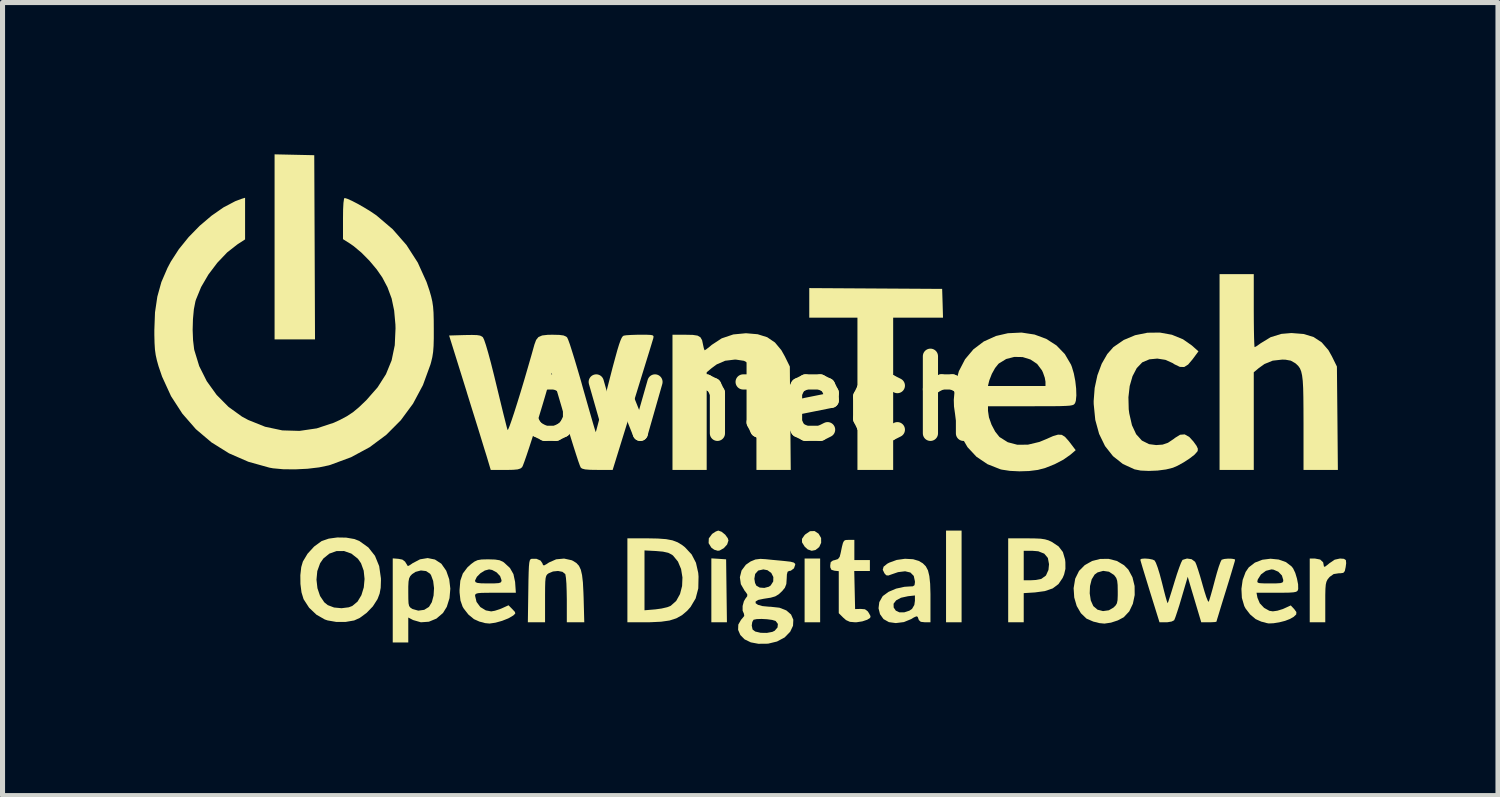
<source format=kicad_pcb>
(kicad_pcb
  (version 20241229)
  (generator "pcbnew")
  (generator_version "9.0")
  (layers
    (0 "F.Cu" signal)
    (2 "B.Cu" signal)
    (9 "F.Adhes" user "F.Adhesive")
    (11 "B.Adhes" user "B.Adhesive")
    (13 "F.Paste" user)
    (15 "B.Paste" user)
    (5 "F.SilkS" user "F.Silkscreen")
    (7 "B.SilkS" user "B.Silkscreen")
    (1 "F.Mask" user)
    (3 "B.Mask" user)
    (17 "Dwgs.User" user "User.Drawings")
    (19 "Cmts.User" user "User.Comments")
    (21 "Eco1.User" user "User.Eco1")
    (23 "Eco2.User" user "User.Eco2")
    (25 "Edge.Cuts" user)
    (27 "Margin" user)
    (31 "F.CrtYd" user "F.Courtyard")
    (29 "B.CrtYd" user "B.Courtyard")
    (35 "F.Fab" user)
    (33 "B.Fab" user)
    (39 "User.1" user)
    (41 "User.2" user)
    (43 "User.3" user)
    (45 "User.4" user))
  (footprint "owntech"
    (layer "F.Cu")
    (at 11.744 4.824)
    (property "Reference" "owntech" (at 0 0 0) (layer "F.SilkS") (effects (font (size 1.524 1.524) (thickness 0.3))))
    (attr board_only exclude_from_pos_files exclude_from_bom)
    (fp_poly (pts (xy 1.413 4.423) (xy 1.106 4.423) (xy 1.106 3.163) (xy 1.413 3.163)) (stroke (width 0) (type solid)) (fill yes) (layer "F.SilkS"))
    (fp_poly (pts (xy 4.208 4.423) (xy 3.901 4.423) (xy 3.901 2.611) (xy 4.208 2.611)) (stroke (width 0) (type solid)) (fill yes) (layer "F.SilkS"))
    (fp_poly (pts (xy -8.584 -4.807) (xy -8.576 -2.987) (xy -8.569 -1.167) (xy -9.368 -1.167) (xy -9.368 -4.824)) (stroke (width 0) (type solid)) (fill yes) (layer "F.SilkS"))
    (fp_poly (pts (xy -0.591 3.169) (xy -0.445 3.179) (xy -0.437 3.801) (xy -0.429 4.423) (xy -0.737 4.423) (xy -0.737 3.16)) (stroke (width 0) (type solid)) (fill yes) (layer "F.SilkS"))
    (fp_poly (pts (xy 2.511 -2.173) (xy 3.824 -2.165) (xy 3.833 -1.881) (xy 3.841 -1.597) (xy 2.856 -1.597) (xy 2.856 1.413) (xy 2.15 1.413) (xy 2.15 -1.597) (xy 1.198 -1.597) (xy 1.198 -2.181)) (stroke (width 0) (type solid)) (fill yes) (layer "F.SilkS"))
    (fp_poly (pts (xy 1.382 2.672) (xy 1.432 2.758) (xy 1.433 2.852) (xy 1.394 2.937) (xy 1.321 2.995) (xy 1.246 3.01) (xy 1.169 2.984) (xy 1.108 2.929) (xy 1.055 2.844) (xy 1.054 2.775) (xy 1.105 2.701) (xy 1.12 2.686) (xy 1.213 2.623) (xy 1.303 2.62)) (stroke (width 0) (type solid)) (fill yes) (layer "F.SilkS"))
    (fp_poly (pts (xy -0.533 2.635) (xy -0.463 2.692) (xy -0.412 2.762) (xy -0.399 2.807) (xy -0.425 2.886) (xy -0.49 2.958) (xy -0.571 3.004) (xy -0.609 3.01) (xy -0.68 2.989) (xy -0.737 2.948) (xy -0.791 2.859) (xy -0.787 2.765) (xy -0.725 2.681) (xy -0.718 2.674) (xy -0.651 2.63) (xy -0.601 2.611) (xy -0.599 2.611)) (stroke (width 0) (type solid)) (fill yes) (layer "F.SilkS"))
    (fp_poly (pts (xy 11.294 3.183) (xy 11.353 3.238) (xy 11.364 3.296) (xy 11.37 3.326) (xy 11.395 3.321) (xy 11.45 3.279) (xy 11.473 3.259) (xy 11.581 3.186) (xy 11.686 3.163) (xy 11.764 3.169) (xy 11.802 3.194) (xy 11.808 3.255) (xy 11.798 3.332) (xy 11.781 3.411) (xy 11.752 3.446) (xy 11.692 3.455) (xy 11.66 3.455) (xy 11.561 3.47) (xy 11.486 3.523) (xy 11.469 3.541) (xy 11.438 3.58) (xy 11.418 3.622) (xy 11.405 3.678) (xy 11.398 3.761) (xy 11.395 3.883) (xy 11.395 4.025) (xy 11.395 4.423) (xy 11.088 4.423) (xy 11.088 3.163) (xy 11.189 3.163)) (stroke (width 0) (type solid)) (fill yes) (layer "F.SilkS"))
    (fp_poly (pts (xy 5.654 2.766) (xy 5.771 2.771) (xy 5.856 2.784) (xy 5.925 2.804) (xy 5.988 2.833) (xy 6.125 2.924) (xy 6.21 3.035) (xy 6.253 3.182) (xy 6.259 3.237) (xy 6.26 3.368) (xy 6.234 3.479) (xy 6.205 3.547) (xy 6.123 3.668) (xy 6.008 3.754) (xy 5.852 3.807) (xy 5.659 3.833) (xy 5.436 3.847) (xy 5.436 4.423) (xy 5.129 4.423) (xy 5.129 3.593) (xy 5.436 3.593) (xy 5.572 3.593) (xy 5.676 3.587) (xy 5.767 3.57) (xy 5.786 3.564) (xy 5.875 3.499) (xy 5.925 3.388) (xy 5.936 3.275) (xy 5.913 3.152) (xy 5.842 3.067) (xy 5.724 3.02) (xy 5.603 3.01) (xy 5.436 3.01) (xy 5.436 3.593) (xy 5.129 3.593) (xy 5.129 2.764) (xy 5.491 2.764)) (stroke (width 0) (type solid)) (fill yes) (layer "F.SilkS"))
    (fp_poly (pts (xy 1.982 2.795) (xy 2.089 2.795) (xy 2.089 3.194) (xy 2.396 3.194) (xy 2.396 3.409) (xy 2.087 3.409) (xy 2.104 4.162) (xy 2.215 4.159) (xy 2.299 4.166) (xy 2.353 4.206) (xy 2.377 4.242) (xy 2.409 4.302) (xy 2.401 4.336) (xy 2.348 4.37) (xy 2.337 4.375) (xy 2.247 4.405) (xy 2.136 4.422) (xy 2.103 4.423) (xy 2 4.414) (xy 1.925 4.38) (xy 1.871 4.333) (xy 1.781 4.243) (xy 1.781 3.413) (xy 1.697 3.404) (xy 1.636 3.386) (xy 1.614 3.34) (xy 1.612 3.302) (xy 1.622 3.234) (xy 1.665 3.203) (xy 1.703 3.194) (xy 1.765 3.174) (xy 1.799 3.13) (xy 1.818 3.056) (xy 1.844 2.931) (xy 1.864 2.854) (xy 1.886 2.813) (xy 1.918 2.797) (xy 1.968 2.795)) (stroke (width 0) (type solid)) (fill yes) (layer "F.SilkS"))
    (fp_poly (pts (xy -1.795 2.768) (xy -1.632 2.78) (xy -1.505 2.804) (xy -1.402 2.843) (xy -1.311 2.899) (xy -1.258 2.941) (xy -1.126 3.083) (xy -1.041 3.247) (xy -0.996 3.447) (xy -0.99 3.52) (xy -0.995 3.753) (xy -1.047 3.951) (xy -1.148 4.121) (xy -1.214 4.195) (xy -1.316 4.282) (xy -1.429 4.345) (xy -1.563 4.388) (xy -1.732 4.412) (xy -1.945 4.422) (xy -2.033 4.423) (xy -2.396 4.423) (xy -2.396 3.003) (xy -2.058 3.003) (xy -2.058 4.186) (xy -1.843 4.168) (xy -1.72 4.151) (xy -1.608 4.125) (xy -1.539 4.097) (xy -1.431 4) (xy -1.356 3.865) (xy -1.315 3.706) (xy -1.308 3.537) (xy -1.335 3.371) (xy -1.397 3.223) (xy -1.493 3.106) (xy -1.514 3.089) (xy -1.589 3.05) (xy -1.693 3.027) (xy -1.829 3.015) (xy -2.058 3.003) (xy -2.396 3.003) (xy -2.396 2.764) (xy -2.008 2.764)) (stroke (width 0) (type solid)) (fill yes) (layer "F.SilkS"))
    (fp_poly (pts (xy 9.982 -1.735) (xy 9.983 -1.532) (xy 9.985 -1.351) (xy 9.988 -1.201) (xy 9.992 -1.089) (xy 9.996 -1.025) (xy 9.999 -1.014) (xy 10.032 -1.03) (xy 10.094 -1.073) (xy 10.116 -1.089) (xy 10.314 -1.21) (xy 10.527 -1.276) (xy 10.726 -1.293) (xy 10.966 -1.274) (xy 11.164 -1.214) (xy 11.325 -1.108) (xy 11.457 -0.955) (xy 11.525 -0.834) (xy 11.625 -0.631) (xy 11.635 0.391) (xy 11.644 1.413) (xy 10.965 1.413) (xy 10.965 0.49) (xy 10.964 0.206) (xy 10.962 -0.024) (xy 10.958 -0.206) (xy 10.95 -0.347) (xy 10.937 -0.454) (xy 10.919 -0.534) (xy 10.895 -0.594) (xy 10.863 -0.64) (xy 10.823 -0.679) (xy 10.795 -0.701) (xy 10.714 -0.747) (xy 10.609 -0.766) (xy 10.545 -0.768) (xy 10.356 -0.747) (xy 10.194 -0.681) (xy 10.082 -0.601) (xy 9.982 -0.517) (xy 9.982 1.413) (xy 9.306 1.413) (xy 9.306 -2.457) (xy 9.982 -2.457)) (stroke (width 0) (type solid)) (fill yes) (layer "F.SilkS"))
    (fp_poly (pts (xy 0.179 -1.269) (xy 0.367 -1.21) (xy 0.52 -1.106) (xy 0.646 -0.955) (xy 0.714 -0.834) (xy 0.814 -0.631) (xy 0.823 0.391) (xy 0.832 1.413) (xy 0.154 1.413) (xy 0.154 0.473) (xy 0.153 0.201) (xy 0.152 -0.017) (xy 0.149 -0.187) (xy 0.145 -0.317) (xy 0.138 -0.414) (xy 0.129 -0.484) (xy 0.118 -0.534) (xy 0.104 -0.572) (xy 0.103 -0.573) (xy 0.025 -0.679) (xy -0.092 -0.744) (xy -0.252 -0.768) (xy -0.276 -0.768) (xy -0.465 -0.745) (xy -0.631 -0.673) (xy -0.729 -0.601) (xy -0.829 -0.517) (xy -0.829 1.413) (xy -1.505 1.413) (xy -1.505 -1.259) (xy -1.248 -1.259) (xy -1.104 -1.256) (xy -1.01 -1.242) (xy -0.953 -1.209) (xy -0.92 -1.152) (xy -0.901 -1.063) (xy -0.901 -1.062) (xy -0.885 -0.99) (xy -0.871 -0.953) (xy -0.869 -0.952) (xy -0.839 -0.97) (xy -0.779 -1.017) (xy -0.729 -1.059) (xy -0.532 -1.188) (xy -0.303 -1.265) (xy -0.053 -1.289)) (stroke (width 0) (type solid)) (fill yes) (layer "F.SilkS"))
    (fp_poly (pts (xy -3.497 3.197) (xy -3.47 3.21) (xy -3.403 3.252) (xy -3.353 3.307) (xy -3.317 3.383) (xy -3.292 3.49) (xy -3.275 3.636) (xy -3.265 3.83) (xy -3.261 3.939) (xy -3.248 4.423) (xy -3.593 4.423) (xy -3.593 3.975) (xy -3.596 3.808) (xy -3.601 3.661) (xy -3.61 3.548) (xy -3.621 3.479) (xy -3.625 3.469) (xy -3.679 3.426) (xy -3.767 3.409) (xy -3.866 3.419) (xy -3.954 3.456) (xy -3.955 3.457) (xy -3.982 3.478) (xy -4 3.506) (xy -4.012 3.551) (xy -4.019 3.623) (xy -4.022 3.732) (xy -4.023 3.888) (xy -4.023 3.964) (xy -4.023 4.423) (xy -4.363 4.423) (xy -4.354 3.801) (xy -4.351 3.59) (xy -4.347 3.433) (xy -4.342 3.321) (xy -4.335 3.247) (xy -4.325 3.202) (xy -4.312 3.179) (xy -4.293 3.17) (xy -4.29 3.169) (xy -4.192 3.169) (xy -4.113 3.203) (xy -4.076 3.256) (xy -4.063 3.293) (xy -4.041 3.299) (xy -3.993 3.273) (xy -3.945 3.241) (xy -3.804 3.179) (xy -3.647 3.164)) (stroke (width 0) (type solid)) (fill yes) (layer "F.SilkS"))
    (fp_poly (pts (xy -6.199 3.183) (xy -6.075 3.264) (xy -6.071 3.268) (xy -5.976 3.404) (xy -5.917 3.573) (xy -5.895 3.759) (xy -5.911 3.946) (xy -5.965 4.118) (xy -6.04 4.239) (xy -6.169 4.35) (xy -6.319 4.412) (xy -6.477 4.423) (xy -6.63 4.379) (xy -6.636 4.376) (xy -6.726 4.329) (xy -6.726 4.822) (xy -7.033 4.822) (xy -7.033 3.828) (xy -6.726 3.828) (xy -6.725 3.962) (xy -6.721 4.048) (xy -6.709 4.101) (xy -6.686 4.132) (xy -6.649 4.157) (xy -6.642 4.161) (xy -6.528 4.193) (xy -6.411 4.177) (xy -6.317 4.119) (xy -6.26 4.025) (xy -6.226 3.895) (xy -6.217 3.748) (xy -6.234 3.607) (xy -6.276 3.492) (xy -6.296 3.463) (xy -6.374 3.411) (xy -6.477 3.399) (xy -6.583 3.427) (xy -6.652 3.473) (xy -6.687 3.511) (xy -6.709 3.555) (xy -6.721 3.619) (xy -6.726 3.718) (xy -6.726 3.828) (xy -7.033 3.828) (xy -7.033 3.16) (xy -6.921 3.169) (xy -6.843 3.184) (xy -6.79 3.224) (xy -6.741 3.303) (xy -6.736 3.312) (xy -6.711 3.303) (xy -6.656 3.267) (xy -6.641 3.256) (xy -6.494 3.179) (xy -6.343 3.154)) (stroke (width 0) (type solid)) (fill yes) (layer "F.SilkS"))
    (fp_poly (pts (xy 7.276 3.211) (xy 7.419 3.296) (xy 7.504 3.383) (xy 7.585 3.534) (xy 7.627 3.706) (xy 7.629 3.885) (xy 7.593 4.057) (xy 7.522 4.207) (xy 7.415 4.321) (xy 7.41 4.325) (xy 7.295 4.386) (xy 7.161 4.43) (xy 7.031 4.449) (xy 6.927 4.439) (xy 6.926 4.438) (xy 6.875 4.424) (xy 6.813 4.41) (xy 6.677 4.351) (xy 6.566 4.244) (xy 6.483 4.101) (xy 6.434 3.933) (xy 6.429 3.851) (xy 6.74 3.851) (xy 6.761 3.991) (xy 6.811 4.103) (xy 6.894 4.174) (xy 7.003 4.202) (xy 7.118 4.186) (xy 7.208 4.134) (xy 7.251 4.092) (xy 7.277 4.049) (xy 7.29 3.987) (xy 7.294 3.889) (xy 7.294 3.814) (xy 7.292 3.686) (xy 7.283 3.602) (xy 7.264 3.546) (xy 7.229 3.499) (xy 7.22 3.488) (xy 7.121 3.424) (xy 7.006 3.407) (xy 6.894 3.438) (xy 6.837 3.48) (xy 6.779 3.575) (xy 6.746 3.706) (xy 6.74 3.851) (xy 6.429 3.851) (xy 6.422 3.75) (xy 6.453 3.563) (xy 6.455 3.558) (xy 6.529 3.408) (xy 6.644 3.292) (xy 6.787 3.212) (xy 6.948 3.171) (xy 7.115 3.17)) (stroke (width 0) (type solid)) (fill yes) (layer "F.SilkS"))
    (fp_poly (pts (xy -7.953 2.75) (xy -7.791 2.778) (xy -7.694 2.816) (xy -7.515 2.944) (xy -7.384 3.11) (xy -7.301 3.313) (xy -7.267 3.552) (xy -7.266 3.593) (xy -7.271 3.742) (xy -7.292 3.856) (xy -7.332 3.961) (xy -7.336 3.969) (xy -7.426 4.109) (xy -7.549 4.237) (xy -7.685 4.337) (xy -7.795 4.387) (xy -7.964 4.416) (xy -8.149 4.416) (xy -8.322 4.386) (xy -8.377 4.367) (xy -8.541 4.273) (xy -8.686 4.135) (xy -8.792 3.971) (xy -8.796 3.963) (xy -8.836 3.832) (xy -8.857 3.667) (xy -8.858 3.581) (xy -8.54 3.581) (xy -8.521 3.75) (xy -8.469 3.904) (xy -8.386 4.028) (xy -8.317 4.084) (xy -8.193 4.131) (xy -8.045 4.145) (xy -7.902 4.127) (xy -7.833 4.101) (xy -7.729 4.015) (xy -7.652 3.887) (xy -7.605 3.733) (xy -7.59 3.567) (xy -7.607 3.403) (xy -7.66 3.256) (xy -7.721 3.168) (xy -7.85 3.066) (xy -7.995 3.015) (xy -8.144 3.016) (xy -8.285 3.066) (xy -8.405 3.164) (xy -8.468 3.256) (xy -8.524 3.411) (xy -8.54 3.581) (xy -8.858 3.581) (xy -8.859 3.493) (xy -8.841 3.332) (xy -8.809 3.223) (xy -8.717 3.069) (xy -8.587 2.927) (xy -8.442 2.821) (xy -8.434 2.817) (xy -8.298 2.77) (xy -8.129 2.747)) (stroke (width 0) (type solid)) (fill yes) (layer "F.SilkS"))
    (fp_poly (pts (xy 8.364 -1.259) (xy 8.584 -1.169) (xy 8.757 -1.048) (xy 8.889 -0.931) (xy 8.772 -0.773) (xy 8.685 -0.67) (xy 8.607 -0.621) (xy 8.521 -0.624) (xy 8.415 -0.675) (xy 8.379 -0.699) (xy 8.236 -0.763) (xy 8.076 -0.788) (xy 7.919 -0.773) (xy 7.786 -0.717) (xy 7.777 -0.712) (xy 7.669 -0.599) (xy 7.586 -0.44) (xy 7.53 -0.245) (xy 7.505 -0.023) (xy 7.511 0.215) (xy 7.522 0.297) (xy 7.575 0.529) (xy 7.658 0.707) (xy 7.771 0.832) (xy 7.913 0.903) (xy 8.053 0.921) (xy 8.181 0.912) (xy 8.286 0.876) (xy 8.394 0.804) (xy 8.426 0.779) (xy 8.526 0.717) (xy 8.617 0.71) (xy 8.708 0.761) (xy 8.789 0.85) (xy 8.851 0.936) (xy 8.877 0.993) (xy 8.874 1.035) (xy 8.865 1.051) (xy 8.809 1.113) (xy 8.713 1.187) (xy 8.596 1.263) (xy 8.475 1.33) (xy 8.385 1.369) (xy 8.248 1.403) (xy 8.081 1.425) (xy 7.907 1.432) (xy 7.748 1.425) (xy 7.627 1.401) (xy 7.395 1.295) (xy 7.2 1.14) (xy 7.043 0.941) (xy 6.926 0.701) (xy 6.85 0.424) (xy 6.819 0.111) (xy 6.818 0.051) (xy 6.838 -0.208) (xy 6.892 -0.458) (xy 6.977 -0.686) (xy 7.088 -0.879) (xy 7.208 -1.015) (xy 7.411 -1.155) (xy 7.638 -1.25) (xy 7.881 -1.299) (xy 8.126 -1.302)) (stroke (width 0) (type solid)) (fill yes) (layer "F.SilkS"))
    (fp_poly (pts (xy 3.25 3.177) (xy 3.361 3.21) (xy 3.441 3.257) (xy 3.501 3.317) (xy 3.544 3.398) (xy 3.571 3.51) (xy 3.587 3.662) (xy 3.593 3.862) (xy 3.593 3.961) (xy 3.593 4.423) (xy 3.483 4.423) (xy 3.402 4.414) (xy 3.364 4.38) (xy 3.357 4.361) (xy 3.341 4.316) (xy 3.316 4.305) (xy 3.266 4.327) (xy 3.212 4.36) (xy 3.068 4.419) (xy 2.908 4.439) (xy 2.772 4.42) (xy 2.665 4.36) (xy 2.596 4.263) (xy 2.567 4.146) (xy 2.578 4.056) (xy 2.864 4.056) (xy 2.866 4.131) (xy 2.908 4.193) (xy 2.98 4.227) (xy 3.077 4.226) (xy 3.176 4.194) (xy 3.229 4.158) (xy 3.274 4.081) (xy 3.286 3.999) (xy 3.286 3.893) (xy 3.149 3.908) (xy 3.011 3.938) (xy 2.915 3.99) (xy 2.864 4.056) (xy 2.578 4.056) (xy 2.582 4.025) (xy 2.645 3.913) (xy 2.656 3.901) (xy 2.766 3.821) (xy 2.914 3.758) (xy 3.078 3.722) (xy 3.169 3.716) (xy 3.245 3.712) (xy 3.278 3.69) (xy 3.286 3.634) (xy 3.286 3.614) (xy 3.263 3.507) (xy 3.197 3.44) (xy 3.092 3.415) (xy 2.953 3.432) (xy 2.831 3.474) (xy 2.76 3.499) (xy 2.719 3.494) (xy 2.684 3.456) (xy 2.65 3.385) (xy 2.667 3.324) (xy 2.739 3.266) (xy 2.778 3.245) (xy 2.926 3.191) (xy 3.091 3.168)) (stroke (width 0) (type solid)) (fill yes) (layer "F.SilkS"))
    (fp_poly (pts (xy 10.474 3.183) (xy 10.618 3.234) (xy 10.731 3.321) (xy 10.76 3.359) (xy 10.802 3.447) (xy 10.836 3.56) (xy 10.858 3.673) (xy 10.86 3.762) (xy 10.856 3.781) (xy 10.844 3.805) (xy 10.817 3.821) (xy 10.767 3.831) (xy 10.682 3.837) (xy 10.553 3.839) (xy 10.437 3.839) (xy 10.036 3.839) (xy 10.055 3.939) (xy 10.101 4.048) (xy 10.186 4.138) (xy 10.29 4.196) (xy 10.359 4.207) (xy 10.45 4.194) (xy 10.557 4.161) (xy 10.586 4.148) (xy 10.713 4.09) (xy 10.781 4.162) (xy 10.824 4.221) (xy 10.821 4.268) (xy 10.77 4.316) (xy 10.691 4.36) (xy 10.6 4.395) (xy 10.486 4.424) (xy 10.372 4.442) (xy 10.28 4.446) (xy 10.243 4.44) (xy 10.192 4.425) (xy 10.13 4.41) (xy 10.019 4.36) (xy 9.91 4.268) (xy 9.82 4.151) (xy 9.794 4.102) (xy 9.747 3.941) (xy 9.738 3.763) (xy 9.758 3.619) (xy 10.052 3.619) (xy 10.062 3.64) (xy 10.1 3.65) (xy 10.178 3.654) (xy 10.302 3.655) (xy 10.429 3.654) (xy 10.507 3.649) (xy 10.548 3.637) (xy 10.563 3.615) (xy 10.565 3.588) (xy 10.538 3.498) (xy 10.467 3.424) (xy 10.372 3.383) (xy 10.331 3.378) (xy 10.222 3.406) (xy 10.125 3.477) (xy 10.063 3.574) (xy 10.059 3.586) (xy 10.052 3.619) (xy 9.758 3.619) (xy 9.763 3.585) (xy 9.821 3.429) (xy 9.883 3.338) (xy 10.004 3.244) (xy 10.152 3.187) (xy 10.313 3.167)) (stroke (width 0) (type solid)) (fill yes) (layer "F.SilkS"))
    (fp_poly (pts (xy -5.012 3.183) (xy -4.923 3.197) (xy -4.857 3.226) (xy -4.834 3.242) (xy -4.717 3.35) (xy -4.648 3.471) (xy -4.615 3.625) (xy -4.613 3.654) (xy -4.6 3.839) (xy -5.003 3.839) (xy -5.167 3.84) (xy -5.279 3.842) (xy -5.349 3.848) (xy -5.387 3.86) (xy -5.403 3.877) (xy -5.406 3.899) (xy -5.377 4.021) (xy -5.302 4.122) (xy -5.194 4.188) (xy -5.088 4.208) (xy -5.014 4.195) (xy -4.918 4.164) (xy -4.879 4.148) (xy -4.745 4.087) (xy -4.668 4.165) (xy -4.619 4.218) (xy -4.611 4.249) (xy -4.641 4.28) (xy -4.653 4.29) (xy -4.749 4.346) (xy -4.873 4.395) (xy -5.003 4.431) (xy -5.12 4.448) (xy -5.204 4.44) (xy -5.206 4.44) (xy -5.257 4.425) (xy -5.319 4.41) (xy -5.428 4.361) (xy -5.538 4.27) (xy -5.63 4.152) (xy -5.653 4.113) (xy -5.695 3.992) (xy -5.712 3.837) (xy -5.713 3.786) (xy -5.698 3.606) (xy -5.406 3.606) (xy -5.396 3.63) (xy -5.36 3.645) (xy -5.286 3.653) (xy -5.163 3.655) (xy -5.144 3.655) (xy -5.018 3.654) (xy -4.94 3.649) (xy -4.9 3.636) (xy -4.885 3.614) (xy -4.883 3.592) (xy -4.911 3.511) (xy -4.979 3.438) (xy -5.069 3.389) (xy -5.13 3.378) (xy -5.213 3.4) (xy -5.3 3.454) (xy -5.37 3.524) (xy -5.405 3.595) (xy -5.406 3.606) (xy -5.698 3.606) (xy -5.698 3.603) (xy -5.648 3.459) (xy -5.556 3.337) (xy -5.484 3.272) (xy -5.417 3.223) (xy -5.356 3.195) (xy -5.278 3.182) (xy -5.162 3.179) (xy -5.144 3.179)) (stroke (width 0) (type solid)) (fill yes) (layer "F.SilkS"))
    (fp_poly (pts (xy 5.65 -1.263) (xy 5.882 -1.177) (xy 6.084 -1.047) (xy 6.249 -0.876) (xy 6.37 -0.669) (xy 6.388 -0.623) (xy 6.426 -0.495) (xy 6.455 -0.346) (xy 6.472 -0.195) (xy 6.476 -0.058) (xy 6.466 0.046) (xy 6.453 0.086) (xy 6.441 0.106) (xy 6.424 0.122) (xy 6.395 0.133) (xy 6.346 0.142) (xy 6.272 0.147) (xy 6.164 0.151) (xy 6.016 0.153) (xy 5.821 0.153) (xy 5.573 0.154) (xy 4.73 0.154) (xy 4.73 0.245) (xy 4.749 0.374) (xy 4.8 0.519) (xy 4.872 0.655) (xy 4.953 0.757) (xy 4.959 0.763) (xy 5.121 0.865) (xy 5.31 0.915) (xy 5.52 0.913) (xy 5.746 0.859) (xy 5.877 0.805) (xy 6.015 0.744) (xy 6.114 0.715) (xy 6.188 0.719) (xy 6.251 0.758) (xy 6.32 0.835) (xy 6.343 0.864) (xy 6.463 1.022) (xy 6.357 1.113) (xy 6.219 1.21) (xy 6.046 1.3) (xy 5.863 1.373) (xy 5.716 1.412) (xy 5.543 1.434) (xy 5.351 1.44) (xy 5.163 1.431) (xy 5.005 1.407) (xy 4.976 1.4) (xy 4.72 1.299) (xy 4.502 1.152) (xy 4.325 0.962) (xy 4.191 0.731) (xy 4.101 0.462) (xy 4.058 0.158) (xy 4.054 0.027) (xy 4.078 -0.246) (xy 4.729 -0.246) (xy 5.866 -0.246) (xy 5.866 -0.331) (xy 5.852 -0.41) (xy 5.817 -0.51) (xy 5.797 -0.554) (xy 5.701 -0.682) (xy 5.569 -0.77) (xy 5.414 -0.818) (xy 5.25 -0.821) (xy 5.09 -0.78) (xy 4.946 -0.692) (xy 4.935 -0.682) (xy 4.87 -0.601) (xy 4.806 -0.486) (xy 4.758 -0.363) (xy 4.749 -0.33) (xy 4.729 -0.246) (xy 4.078 -0.246) (xy 4.08 -0.272) (xy 4.155 -0.54) (xy 4.277 -0.775) (xy 4.442 -0.971) (xy 4.647 -1.126) (xy 4.889 -1.235) (xy 5.123 -1.289) (xy 5.394 -1.302)) (stroke (width 0) (type solid)) (fill yes) (layer "F.SilkS"))
    (fp_poly (pts (xy 8.754 3.177) (xy 8.821 3.227) (xy 8.825 3.233) (xy 8.849 3.288) (xy 8.883 3.389) (xy 8.924 3.521) (xy 8.967 3.671) (xy 8.969 3.68) (xy 9.009 3.817) (xy 9.044 3.926) (xy 9.073 3.997) (xy 9.09 4.019) (xy 9.092 4.018) (xy 9.107 3.974) (xy 9.134 3.883) (xy 9.169 3.759) (xy 9.208 3.612) (xy 9.213 3.593) (xy 9.253 3.447) (xy 9.291 3.323) (xy 9.324 3.233) (xy 9.346 3.189) (xy 9.348 3.187) (xy 9.398 3.172) (xy 9.473 3.165) (xy 9.549 3.167) (xy 9.602 3.177) (xy 9.613 3.188) (xy 9.605 3.223) (xy 9.58 3.308) (xy 9.543 3.433) (xy 9.496 3.589) (xy 9.441 3.767) (xy 9.429 3.806) (xy 9.373 3.986) (xy 9.324 4.146) (xy 9.285 4.275) (xy 9.257 4.366) (xy 9.245 4.409) (xy 9.245 4.411) (xy 9.217 4.418) (xy 9.147 4.422) (xy 9.094 4.423) (xy 8.944 4.423) (xy 8.882 4.215) (xy 8.841 4.078) (xy 8.793 3.916) (xy 8.748 3.766) (xy 8.677 3.524) (xy 8.556 3.935) (xy 8.511 4.087) (xy 8.468 4.22) (xy 8.434 4.321) (xy 8.411 4.378) (xy 8.407 4.384) (xy 8.36 4.408) (xy 8.278 4.422) (xy 8.248 4.423) (xy 8.119 4.423) (xy 7.929 3.813) (xy 7.873 3.63) (xy 7.823 3.467) (xy 7.782 3.333) (xy 7.754 3.237) (xy 7.74 3.188) (xy 7.74 3.184) (xy 7.766 3.168) (xy 7.83 3.163) (xy 7.91 3.169) (xy 7.983 3.184) (xy 8.022 3.202) (xy 8.047 3.246) (xy 8.082 3.338) (xy 8.122 3.467) (xy 8.163 3.621) (xy 8.17 3.648) (xy 8.207 3.796) (xy 8.239 3.918) (xy 8.264 4.004) (xy 8.279 4.044) (xy 8.281 4.045) (xy 8.294 4.013) (xy 8.32 3.933) (xy 8.357 3.816) (xy 8.401 3.673) (xy 8.416 3.623) (xy 8.463 3.473) (xy 8.508 3.343) (xy 8.545 3.247) (xy 8.572 3.194) (xy 8.577 3.189) (xy 8.663 3.163)) (stroke (width 0) (type solid)) (fill yes) (layer "F.SilkS"))
    (fp_poly (pts (xy 0.334 3.176) (xy 0.462 3.189) (xy 0.613 3.203) (xy 0.714 3.213) (xy 0.828 3.226) (xy 0.892 3.243) (xy 0.919 3.267) (xy 0.921 3.284) (xy 0.896 3.357) (xy 0.833 3.404) (xy 0.8 3.409) (xy 0.77 3.424) (xy 0.756 3.478) (xy 0.752 3.561) (xy 0.745 3.666) (xy 0.716 3.741) (xy 0.663 3.806) (xy 0.594 3.87) (xy 0.526 3.911) (xy 0.436 3.937) (xy 0.307 3.957) (xy 0.295 3.959) (xy 0.189 3.981) (xy 0.138 4.012) (xy 0.138 4.046) (xy 0.184 4.078) (xy 0.273 4.103) (xy 0.398 4.115) (xy 0.433 4.116) (xy 0.608 4.135) (xy 0.744 4.188) (xy 0.838 4.269) (xy 0.883 4.372) (xy 0.877 4.492) (xy 0.821 4.61) (xy 0.711 4.723) (xy 0.561 4.803) (xy 0.383 4.846) (xy 0.193 4.848) (xy 0.043 4.82) (xy -0.079 4.761) (xy -0.164 4.675) (xy -0.208 4.573) (xy -0.205 4.487) (xy 0.061 4.487) (xy 0.078 4.566) (xy 0.131 4.606) (xy 0.238 4.631) (xy 0.36 4.633) (xy 0.468 4.613) (xy 0.515 4.59) (xy 0.571 4.525) (xy 0.578 4.456) (xy 0.536 4.4) (xy 0.528 4.395) (xy 0.463 4.376) (xy 0.365 4.363) (xy 0.257 4.357) (xy 0.161 4.36) (xy 0.101 4.372) (xy 0.097 4.373) (xy 0.072 4.417) (xy 0.061 4.487) (xy -0.205 4.487) (xy -0.204 4.468) (xy -0.149 4.372) (xy -0.138 4.361) (xy -0.087 4.298) (xy -0.092 4.257) (xy -0.119 4.193) (xy -0.119 4.101) (xy -0.094 4.008) (xy -0.065 3.958) (xy -0.028 3.908) (xy -0.027 3.871) (xy -0.062 3.82) (xy -0.079 3.8) (xy -0.154 3.67) (xy -0.169 3.563) (xy 0.113 3.563) (xy 0.126 3.645) (xy 0.152 3.699) (xy 0.219 3.737) (xy 0.31 3.744) (xy 0.4 3.72) (xy 0.435 3.696) (xy 0.486 3.616) (xy 0.488 3.529) (xy 0.448 3.449) (xy 0.372 3.394) (xy 0.291 3.378) (xy 0.189 3.401) (xy 0.129 3.468) (xy 0.113 3.563) (xy -0.169 3.563) (xy -0.173 3.532) (xy -0.14 3.4) (xy -0.055 3.286) (xy 0.039 3.221) (xy 0.134 3.182) (xy 0.232 3.17)) (stroke (width 0) (type solid)) (fill yes) (layer "F.SilkS"))
    (fp_poly (pts (xy -9.951 -3.143) (xy -10.102 -3.045) (xy -10.305 -2.886) (xy -10.5 -2.681) (xy -10.676 -2.448) (xy -10.82 -2.201) (xy -10.92 -1.957) (xy -10.932 -1.92) (xy -10.963 -1.762) (xy -10.981 -1.567) (xy -10.987 -1.356) (xy -10.979 -1.151) (xy -10.958 -0.975) (xy -10.953 -0.952) (xy -10.857 -0.638) (xy -10.708 -0.341) (xy -10.513 -0.07) (xy -10.279 0.166) (xy -10.013 0.358) (xy -9.889 0.425) (xy -9.555 0.559) (xy -9.215 0.631) (xy -8.875 0.641) (xy -8.534 0.591) (xy -8.198 0.48) (xy -8.078 0.425) (xy -7.939 0.351) (xy -7.819 0.272) (xy -7.7 0.173) (xy -7.562 0.041) (xy -7.554 0.033) (xy -7.332 -0.22) (xy -7.167 -0.479) (xy -7.055 -0.753) (xy -6.993 -1.052) (xy -6.978 -1.384) (xy -6.98 -1.459) (xy -7.005 -1.737) (xy -7.055 -1.976) (xy -7.137 -2.197) (xy -7.24 -2.392) (xy -7.351 -2.552) (xy -7.493 -2.721) (xy -7.65 -2.88) (xy -7.805 -3.01) (xy -7.875 -3.059) (xy -8.016 -3.148) (xy -8.016 -3.555) (xy -8.014 -3.734) (xy -8.007 -3.864) (xy -7.996 -3.942) (xy -7.985 -3.962) (xy -7.931 -3.946) (xy -7.839 -3.905) (xy -7.723 -3.845) (xy -7.597 -3.773) (xy -7.474 -3.698) (xy -7.369 -3.627) (xy -7.356 -3.618) (xy -7.034 -3.344) (xy -6.762 -3.033) (xy -6.539 -2.686) (xy -6.365 -2.302) (xy -6.306 -2.128) (xy -6.274 -2.016) (xy -6.251 -1.916) (xy -6.236 -1.815) (xy -6.227 -1.696) (xy -6.223 -1.544) (xy -6.222 -1.382) (xy -6.222 -1.186) (xy -6.226 -1.036) (xy -6.235 -0.918) (xy -6.251 -0.816) (xy -6.275 -0.715) (xy -6.289 -0.667) (xy -6.436 -0.264) (xy -6.632 0.103) (xy -6.874 0.431) (xy -7.161 0.719) (xy -7.489 0.963) (xy -7.856 1.161) (xy -8.261 1.311) (xy -8.297 1.322) (xy -8.488 1.362) (xy -8.715 1.389) (xy -8.958 1.401) (xy -9.194 1.399) (xy -9.401 1.38) (xy -9.471 1.367) (xy -9.886 1.251) (xy -10.269 1.084) (xy -10.615 0.868) (xy -10.923 0.607) (xy -11.19 0.301) (xy -11.414 -0.045) (xy -11.591 -0.431) (xy -11.661 -0.636) (xy -11.694 -0.754) (xy -11.717 -0.858) (xy -11.732 -0.965) (xy -11.74 -1.093) (xy -11.744 -1.257) (xy -11.744 -1.351) (xy -11.731 -1.701) (xy -11.685 -2.012) (xy -11.605 -2.3) (xy -11.484 -2.58) (xy -11.419 -2.703) (xy -11.26 -2.949) (xy -11.066 -3.189) (xy -10.848 -3.412) (xy -10.614 -3.611) (xy -10.377 -3.776) (xy -10.145 -3.898) (xy -10.02 -3.945) (xy -9.951 -3.966)) (stroke (width 0) (type solid)) (fill yes) (layer "F.SilkS"))
    (fp_poly (pts (xy -2.013 -1.259) (xy -1.932 -1.255) (xy -1.891 -1.245) (xy -1.879 -1.226) (xy -1.883 -1.195) (xy -1.884 -1.19) (xy -1.897 -1.147) (xy -1.926 -1.051) (xy -1.969 -0.91) (xy -2.025 -0.729) (xy -2.091 -0.515) (xy -2.165 -0.275) (xy -2.245 -0.015) (xy -2.295 0.146) (xy -2.687 1.412) (xy -2.983 1.412) (xy -3.133 1.41) (xy -3.232 1.402) (xy -3.291 1.386) (xy -3.317 1.367) (xy -3.335 1.327) (xy -3.368 1.235) (xy -3.412 1.1) (xy -3.467 0.928) (xy -3.529 0.728) (xy -3.595 0.506) (xy -3.625 0.407) (xy -3.894 -0.506) (xy -3.931 -0.368) (xy -3.972 -0.217) (xy -4.024 -0.038) (xy -4.083 0.16) (xy -4.146 0.367) (xy -4.211 0.576) (xy -4.274 0.777) (xy -4.334 0.962) (xy -4.387 1.121) (xy -4.431 1.247) (xy -4.462 1.329) (xy -4.477 1.359) (xy -4.511 1.385) (xy -4.566 1.402) (xy -4.655 1.41) (xy -4.791 1.413) (xy -4.81 1.413) (xy -5.096 1.413) (xy -5.158 1.206) (xy -5.181 1.129) (xy -5.221 1.002) (xy -5.273 0.832) (xy -5.336 0.627) (xy -5.408 0.396) (xy -5.486 0.147) (xy -5.567 -0.114) (xy -5.569 -0.123) (xy -5.919 -1.244) (xy -5.61 -1.253) (xy -5.465 -1.255) (xy -5.368 -1.252) (xy -5.306 -1.242) (xy -5.267 -1.222) (xy -5.25 -1.207) (xy -5.227 -1.159) (xy -5.192 -1.056) (xy -5.147 -0.903) (xy -5.093 -0.703) (xy -5.032 -0.461) (xy -4.991 -0.292) (xy -4.937 -0.069) (xy -4.887 0.137) (xy -4.843 0.317) (xy -4.806 0.463) (xy -4.78 0.566) (xy -4.765 0.62) (xy -4.764 0.624) (xy -4.751 0.609) (xy -4.723 0.542) (xy -4.683 0.429) (xy -4.632 0.276) (xy -4.573 0.09) (xy -4.507 -0.123) (xy -4.437 -0.356) (xy -4.365 -0.603) (xy -4.292 -0.856) (xy -4.233 -1.066) (xy -4.2 -1.156) (xy -4.154 -1.213) (xy -4.08 -1.245) (xy -3.967 -1.258) (xy -3.872 -1.259) (xy -3.742 -1.256) (xy -3.658 -1.245) (xy -3.607 -1.223) (xy -3.587 -1.206) (xy -3.567 -1.163) (xy -3.533 -1.07) (xy -3.489 -0.932) (xy -3.435 -0.758) (xy -3.375 -0.556) (xy -3.31 -0.334) (xy -3.284 -0.239) (xy -3.22 -0.014) (xy -3.162 0.19) (xy -3.111 0.367) (xy -3.07 0.509) (xy -3.04 0.609) (xy -3.023 0.661) (xy -3.021 0.666) (xy -3.012 0.636) (xy -2.99 0.554) (xy -2.957 0.429) (xy -2.915 0.269) (xy -2.867 0.081) (xy -2.826 -0.077) (xy -2.75 -0.372) (xy -2.688 -0.613) (xy -2.636 -0.805) (xy -2.595 -0.954) (xy -2.561 -1.065) (xy -2.533 -1.144) (xy -2.51 -1.196) (xy -2.49 -1.226) (xy -2.471 -1.24) (xy -2.47 -1.241) (xy -2.418 -1.249) (xy -2.323 -1.255) (xy -2.2 -1.259) (xy -2.144 -1.259)) (stroke (width 0) (type solid)) (fill yes) (layer "F.SilkS")))
  (gr_rect
    (start -3 -3)
    (end 26.552 12.672)
    (stroke (width 0.1) (type default))
    (fill no)
    (layer "Edge.Cuts")))
</source>
